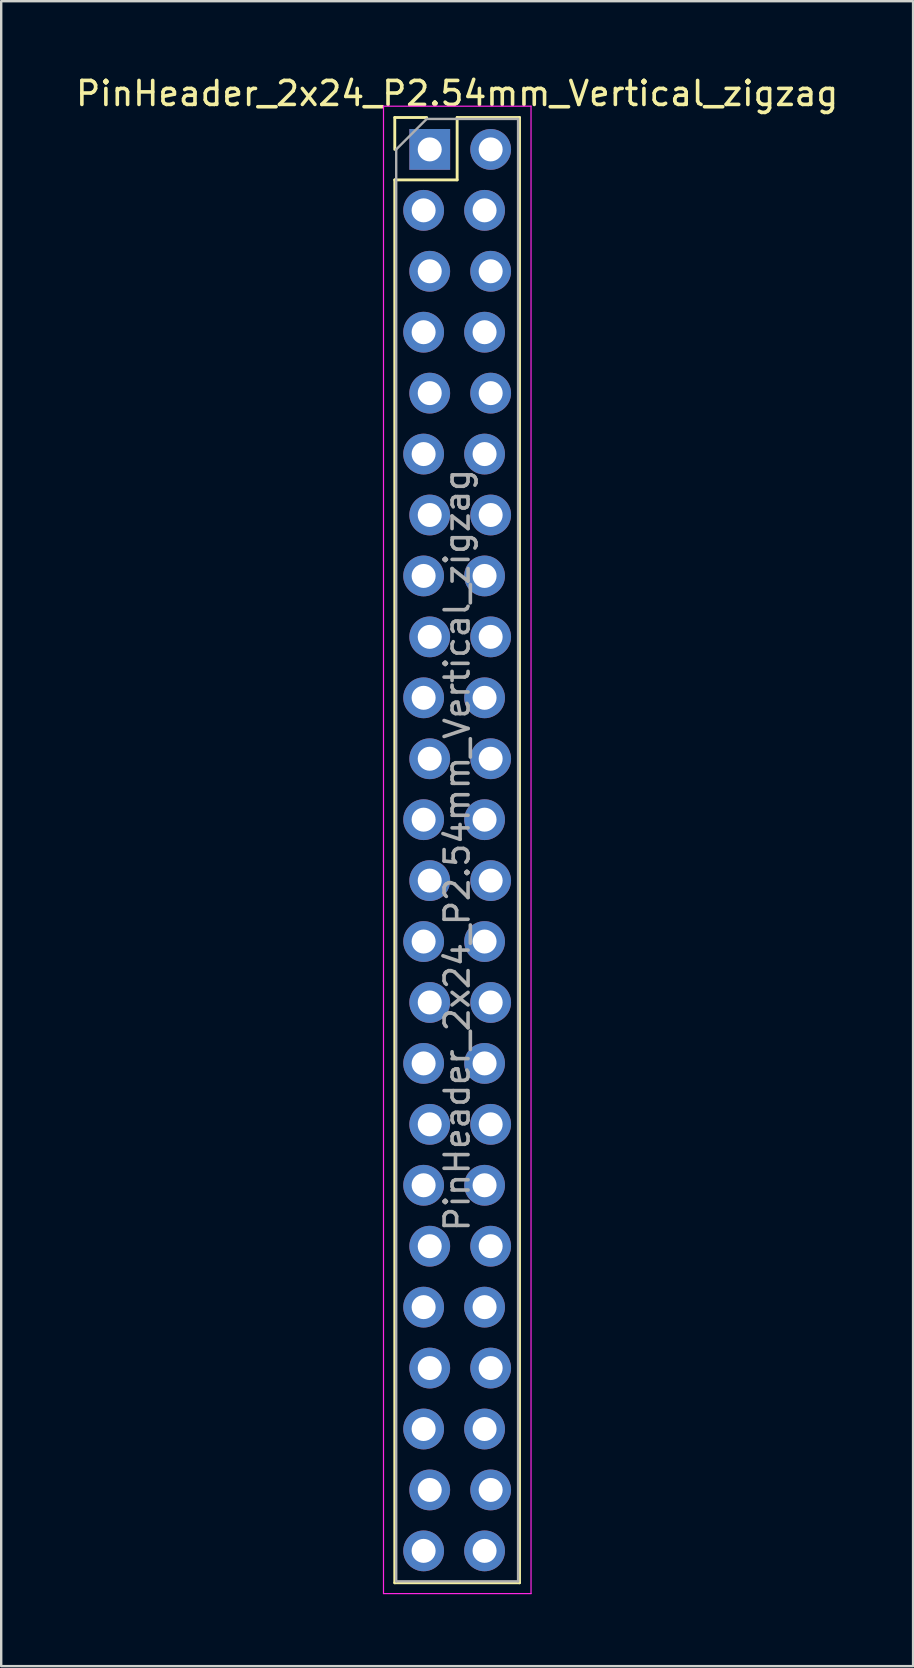
<source format=kicad_pcb>
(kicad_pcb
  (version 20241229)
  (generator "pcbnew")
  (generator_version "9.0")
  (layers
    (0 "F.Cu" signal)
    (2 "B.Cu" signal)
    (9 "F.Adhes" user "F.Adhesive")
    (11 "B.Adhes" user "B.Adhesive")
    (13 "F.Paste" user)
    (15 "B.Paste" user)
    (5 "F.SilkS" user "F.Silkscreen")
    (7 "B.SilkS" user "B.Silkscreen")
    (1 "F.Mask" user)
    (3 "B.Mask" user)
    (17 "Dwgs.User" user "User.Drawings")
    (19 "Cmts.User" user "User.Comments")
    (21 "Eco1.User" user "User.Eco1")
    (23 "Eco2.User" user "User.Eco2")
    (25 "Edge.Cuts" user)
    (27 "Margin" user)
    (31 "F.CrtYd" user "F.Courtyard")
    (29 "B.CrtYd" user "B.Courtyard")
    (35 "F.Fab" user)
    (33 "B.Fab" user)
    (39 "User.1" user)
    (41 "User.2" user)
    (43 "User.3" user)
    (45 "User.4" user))
  (footprint "PinHeader_2x24_P2.54mm_Vertical_zigzag"
    (layer "F.Cu")
    (at 14.736 3.178)
    (property "Reference" "PinHeader_2x24_P2.54mm_Vertical_zigzag" (at 1.27 -2.33 0) (layer "F.SilkS") (effects (font (size 1 1) (thickness 0.15))))
    (attr through_hole)
    (fp_line (start -1.33 -1.33) (end 0 -1.33) (stroke (width 0.12) (type solid)) (layer "F.SilkS"))
    (fp_line (start -1.33 0) (end -1.33 -1.33) (stroke (width 0.12) (type solid)) (layer "F.SilkS"))
    (fp_line (start -1.33 1.27) (end -1.33 59.75) (stroke (width 0.12) (type solid)) (layer "F.SilkS"))
    (fp_line (start -1.33 1.27) (end 1.27 1.27) (stroke (width 0.12) (type solid)) (layer "F.SilkS"))
    (fp_line (start -1.33 59.75) (end 3.87 59.75) (stroke (width 0.12) (type solid)) (layer "F.SilkS"))
    (fp_line (start 1.27 -1.33) (end 3.87 -1.33) (stroke (width 0.12) (type solid)) (layer "F.SilkS"))
    (fp_line (start 1.27 1.27) (end 1.27 -1.33) (stroke (width 0.12) (type solid)) (layer "F.SilkS"))
    (fp_line (start 3.87 -1.33) (end 3.87 59.75) (stroke (width 0.12) (type solid)) (layer "F.SilkS"))
    (fp_line (start -1.8 -1.8) (end -1.8 60.2) (stroke (width 0.05) (type solid)) (layer "F.CrtYd"))
    (fp_line (start -1.8 60.2) (end 4.35 60.2) (stroke (width 0.05) (type solid)) (layer "F.CrtYd"))
    (fp_line (start 4.35 -1.8) (end -1.8 -1.8) (stroke (width 0.05) (type solid)) (layer "F.CrtYd"))
    (fp_line (start 4.35 60.2) (end 4.35 -1.8) (stroke (width 0.05) (type solid)) (layer "F.CrtYd"))
    (fp_line (start -1.27 0) (end 0 -1.27) (stroke (width 0.1) (type solid)) (layer "F.Fab"))
    (fp_line (start -1.27 59.69) (end -1.27 0) (stroke (width 0.1) (type solid)) (layer "F.Fab"))
    (fp_line (start 0 -1.27) (end 3.81 -1.27) (stroke (width 0.1) (type solid)) (layer "F.Fab"))
    (fp_line (start 3.81 -1.27) (end 3.81 59.69) (stroke (width 0.1) (type solid)) (layer "F.Fab"))
    (fp_line (start 3.81 59.69) (end -1.27 59.69) (stroke (width 0.1) (type solid)) (layer "F.Fab"))
    (fp_text user "${REFERENCE}" (at 1.27 29.21 90) (layer "F.Fab") (effects (font (size 1 1) (thickness 0.15))))
    (pad "1" thru_hole rect (at 0.127 0) (size 1.7 1.7) (drill 1) (layers "*.Cu" "*.Mask"))
    (pad "2" thru_hole oval (at 2.667 0) (size 1.7 1.7) (drill 1) (layers "*.Cu" "*.Mask"))
    (pad "3" thru_hole oval (at -0.127 2.54) (size 1.7 1.7) (drill 1) (layers "*.Cu" "*.Mask"))
    (pad "4" thru_hole oval (at 2.413 2.54) (size 1.7 1.7) (drill 1) (layers "*.Cu" "*.Mask"))
    (pad "5" thru_hole oval (at 0.127 5.08) (size 1.7 1.7) (drill 1) (layers "*.Cu" "*.Mask"))
    (pad "6" thru_hole oval (at 2.667 5.08) (size 1.7 1.7) (drill 1) (layers "*.Cu" "*.Mask"))
    (pad "7" thru_hole oval (at -0.127 7.62) (size 1.7 1.7) (drill 1) (layers "*.Cu" "*.Mask"))
    (pad "8" thru_hole oval (at 2.413 7.62) (size 1.7 1.7) (drill 1) (layers "*.Cu" "*.Mask"))
    (pad "9" thru_hole oval (at 0.127 10.16) (size 1.7 1.7) (drill 1) (layers "*.Cu" "*.Mask"))
    (pad "10" thru_hole oval (at 2.667 10.16) (size 1.7 1.7) (drill 1) (layers "*.Cu" "*.Mask"))
    (pad "11" thru_hole oval (at -0.127 12.7) (size 1.7 1.7) (drill 1) (layers "*.Cu" "*.Mask"))
    (pad "12" thru_hole oval (at 2.413 12.7) (size 1.7 1.7) (drill 1) (layers "*.Cu" "*.Mask"))
    (pad "13" thru_hole oval (at 0.127 15.24) (size 1.7 1.7) (drill 1) (layers "*.Cu" "*.Mask"))
    (pad "14" thru_hole oval (at 2.667 15.24) (size 1.7 1.7) (drill 1) (layers "*.Cu" "*.Mask"))
    (pad "15" thru_hole oval (at -0.127 17.78) (size 1.7 1.7) (drill 1) (layers "*.Cu" "*.Mask"))
    (pad "16" thru_hole oval (at 2.413 17.78) (size 1.7 1.7) (drill 1) (layers "*.Cu" "*.Mask"))
    (pad "17" thru_hole oval (at 0.127 20.32) (size 1.7 1.7) (drill 1) (layers "*.Cu" "*.Mask"))
    (pad "18" thru_hole oval (at 2.667 20.32) (size 1.7 1.7) (drill 1) (layers "*.Cu" "*.Mask"))
    (pad "19" thru_hole oval (at -0.127 22.86) (size 1.7 1.7) (drill 1) (layers "*.Cu" "*.Mask"))
    (pad "20" thru_hole oval (at 2.413 22.86) (size 1.7 1.7) (drill 1) (layers "*.Cu" "*.Mask"))
    (pad "21" thru_hole oval (at 0.127 25.4) (size 1.7 1.7) (drill 1) (layers "*.Cu" "*.Mask"))
    (pad "22" thru_hole oval (at 2.667 25.4) (size 1.7 1.7) (drill 1) (layers "*.Cu" "*.Mask"))
    (pad "23" thru_hole oval (at -0.127 27.94) (size 1.7 1.7) (drill 1) (layers "*.Cu" "*.Mask"))
    (pad "24" thru_hole oval (at 2.413 27.94) (size 1.7 1.7) (drill 1) (layers "*.Cu" "*.Mask"))
    (pad "25" thru_hole oval (at 0.127 30.48) (size 1.7 1.7) (drill 1) (layers "*.Cu" "*.Mask"))
    (pad "26" thru_hole oval (at 2.667 30.48) (size 1.7 1.7) (drill 1) (layers "*.Cu" "*.Mask"))
    (pad "27" thru_hole oval (at -0.127 33.02) (size 1.7 1.7) (drill 1) (layers "*.Cu" "*.Mask"))
    (pad "28" thru_hole oval (at 2.413 33.02) (size 1.7 1.7) (drill 1) (layers "*.Cu" "*.Mask"))
    (pad "29" thru_hole oval (at 0.127 35.56) (size 1.7 1.7) (drill 1) (layers "*.Cu" "*.Mask"))
    (pad "30" thru_hole oval (at 2.667 35.56) (size 1.7 1.7) (drill 1) (layers "*.Cu" "*.Mask"))
    (pad "31" thru_hole oval (at -0.127 38.1) (size 1.7 1.7) (drill 1) (layers "*.Cu" "*.Mask"))
    (pad "32" thru_hole oval (at 2.413 38.1) (size 1.7 1.7) (drill 1) (layers "*.Cu" "*.Mask"))
    (pad "33" thru_hole oval (at 0.127 40.64) (size 1.7 1.7) (drill 1) (layers "*.Cu" "*.Mask"))
    (pad "34" thru_hole oval (at 2.667 40.64) (size 1.7 1.7) (drill 1) (layers "*.Cu" "*.Mask"))
    (pad "35" thru_hole oval (at -0.127 43.18) (size 1.7 1.7) (drill 1) (layers "*.Cu" "*.Mask"))
    (pad "36" thru_hole oval (at 2.413 43.18) (size 1.7 1.7) (drill 1) (layers "*.Cu" "*.Mask"))
    (pad "37" thru_hole oval (at 0.127 45.72) (size 1.7 1.7) (drill 1) (layers "*.Cu" "*.Mask"))
    (pad "38" thru_hole oval (at 2.667 45.72) (size 1.7 1.7) (drill 1) (layers "*.Cu" "*.Mask"))
    (pad "39" thru_hole oval (at -0.127 48.26) (size 1.7 1.7) (drill 1) (layers "*.Cu" "*.Mask"))
    (pad "40" thru_hole oval (at 2.413 48.26) (size 1.7 1.7) (drill 1) (layers "*.Cu" "*.Mask"))
    (pad "41" thru_hole oval (at 0.127 50.8) (size 1.7 1.7) (drill 1) (layers "*.Cu" "*.Mask"))
    (pad "42" thru_hole oval (at 2.667 50.8) (size 1.7 1.7) (drill 1) (layers "*.Cu" "*.Mask"))
    (pad "43" thru_hole oval (at -0.127 53.34) (size 1.7 1.7) (drill 1) (layers "*.Cu" "*.Mask"))
    (pad "44" thru_hole oval (at 2.413 53.34) (size 1.7 1.7) (drill 1) (layers "*.Cu" "*.Mask"))
    (pad "45" thru_hole oval (at 0.127 55.88) (size 1.7 1.7) (drill 1) (layers "*.Cu" "*.Mask"))
    (pad "46" thru_hole oval (at 2.667 55.88) (size 1.7 1.7) (drill 1) (layers "*.Cu" "*.Mask"))
    (pad "47" thru_hole oval (at -0.127 58.42) (size 1.7 1.7) (drill 1) (layers "*.Cu" "*.Mask"))
    (pad "48" thru_hole oval (at 2.413 58.42) (size 1.7 1.7) (drill 1) (layers "*.Cu" "*.Mask")))
  (gr_rect
    (start -3 -3)
    (end 35.012 66.403)
    (stroke (width 0.1) (type default))
    (fill no)
    (layer "Edge.Cuts")))
</source>
